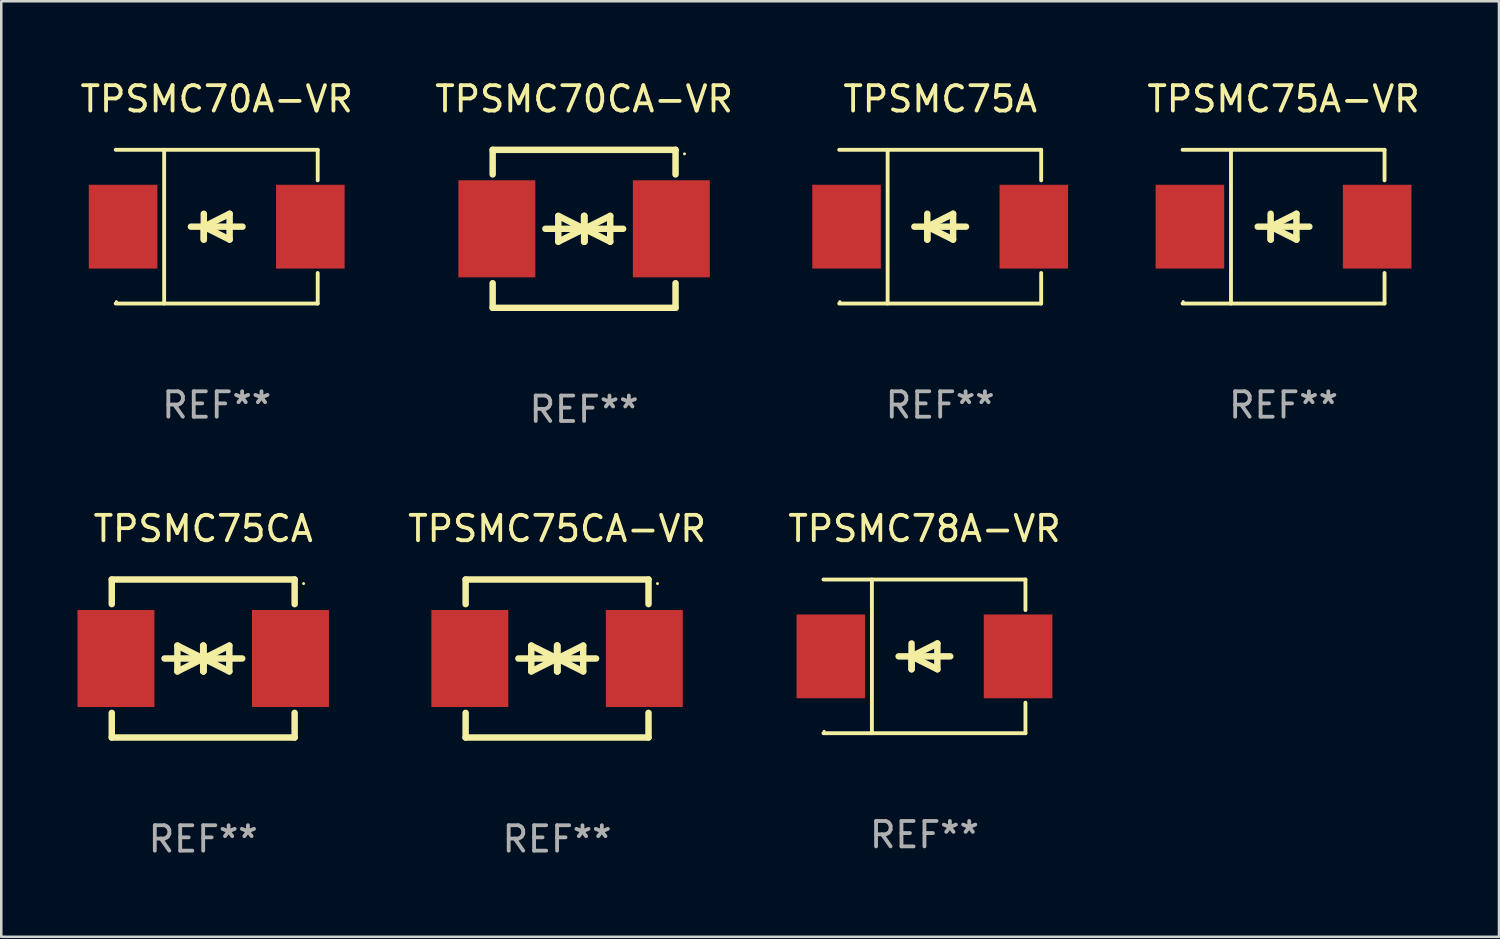
<source format=kicad_pcb>
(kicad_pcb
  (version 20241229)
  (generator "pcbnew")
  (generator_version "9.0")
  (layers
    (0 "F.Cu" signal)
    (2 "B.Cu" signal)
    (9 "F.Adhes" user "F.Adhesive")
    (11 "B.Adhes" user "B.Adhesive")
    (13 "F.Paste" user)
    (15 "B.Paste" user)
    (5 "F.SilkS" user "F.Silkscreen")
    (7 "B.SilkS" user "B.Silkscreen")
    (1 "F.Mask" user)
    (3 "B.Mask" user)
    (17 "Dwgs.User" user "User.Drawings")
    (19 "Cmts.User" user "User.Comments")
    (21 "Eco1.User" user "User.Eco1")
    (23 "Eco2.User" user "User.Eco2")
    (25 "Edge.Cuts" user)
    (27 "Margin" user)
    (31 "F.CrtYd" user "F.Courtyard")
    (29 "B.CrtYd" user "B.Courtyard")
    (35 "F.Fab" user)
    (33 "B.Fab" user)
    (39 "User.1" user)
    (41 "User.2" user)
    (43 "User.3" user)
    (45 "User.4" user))
  (footprint "TPSMC70A-VR"
    (layer "F.Cu")
    (at 5.482 5.874)
    (property "Reference" "TPSMC70A-VR" (at 0 -5.026 0) (layer "F.SilkS") (effects (font (size 1 1) (thickness 0.15))))
    (attr through_hole)
    (fp_line (start -3.976 -3.026) (end 3.976 -3.026) (stroke (width 0.152) (type solid)) (layer "F.SilkS"))
    (fp_line (start -3.976 3.026) (end 3.976 3.026) (stroke (width 0.152) (type solid)) (layer "F.SilkS"))
    (fp_line (start -2.069 -3.026) (end -2.069 3.026) (stroke (width 0.152) (type solid)) (layer "F.SilkS"))
    (fp_line (start -0.508 0) (end -0.508 0.508) (stroke (width 0.254) (type solid)) (layer "F.SilkS"))
    (fp_line (start -0.508 0) (end 0.508 0.508) (stroke (width 0.254) (type solid)) (layer "F.SilkS"))
    (fp_line (start -0.508 0.508) (end -0.508 -0.508) (stroke (width 0.254) (type solid)) (layer "F.SilkS"))
    (fp_line (start 0.508 -0.508) (end -0.508 0) (stroke (width 0.254) (type solid)) (layer "F.SilkS"))
    (fp_line (start 0.508 0.508) (end 0.508 -0.508) (stroke (width 0.254) (type solid)) (layer "F.SilkS"))
    (fp_line (start 1.016 0) (end -1.016 0) (stroke (width 0.254) (type solid)) (layer "F.SilkS"))
    (fp_line (start 3.976 -3.026) (end 3.976 -1.823) (stroke (width 0.152) (type solid)) (layer "F.SilkS"))
    (fp_line (start 3.976 3.026) (end 3.976 1.823) (stroke (width 0.152) (type solid)) (layer "F.SilkS"))
    (fp_circle (center -3.95 2.95) (end -3.92 2.95) (stroke (width 0.06) (type solid)) (fill no) (layer "F.SilkS"))
    (fp_text user "REF**" (at 0 7.026 0) (layer "F.Fab") (effects (font (size 1 1) (thickness 0.15))))
    (pad "1" smd rect (at -3.686 0) (size 2.7 3.3) (layers "F.Cu" "F.Mask" "F.Paste"))
    (pad "2" smd rect (at 3.686 0) (size 2.7 3.3) (layers "F.Cu" "F.Mask" "F.Paste")))
  (footprint "TPSMC75CA"
    (layer "F.Cu")
    (at 4.95 22.875)
    (property "Reference" "TPSMC75CA" (at 0 -5.11 0) (layer "F.SilkS") (effects (font (size 1 1) (thickness 0.15))))
    (attr through_hole)
    (fp_line (start -3.6 -2.141) (end -3.6 -3.11) (stroke (width 0.254) (type solid)) (layer "F.SilkS"))
    (fp_line (start -3.6 3.11) (end -3.6 2.141) (stroke (width 0.254) (type solid)) (layer "F.SilkS"))
    (fp_line (start -1.524 0) (end 0.508 0) (stroke (width 0.254) (type solid)) (layer "F.SilkS"))
    (fp_line (start -1.016 -0.508) (end -1.016 0.508) (stroke (width 0.254) (type solid)) (layer "F.SilkS"))
    (fp_line (start -1.016 0.508) (end 0 0) (stroke (width 0.254) (type solid)) (layer "F.SilkS"))
    (fp_line (start 0 -0.508) (end 0 0.508) (stroke (width 0.254) (type solid)) (layer "F.SilkS"))
    (fp_line (start 0 0) (end -1.016 -0.508) (stroke (width 0.254) (type solid)) (layer "F.SilkS"))
    (fp_line (start 0 0) (end 0 -0.508) (stroke (width 0.254) (type solid)) (layer "F.SilkS"))
    (fp_line (start 0.012 0) (end 0.012 0.508) (stroke (width 0.254) (type solid)) (layer "F.SilkS"))
    (fp_line (start 0.012 0) (end 1.028 0.508) (stroke (width 0.254) (type solid)) (layer "F.SilkS"))
    (fp_line (start 0.012 0.508) (end 0.012 -0.508) (stroke (width 0.254) (type solid)) (layer "F.SilkS"))
    (fp_line (start 1.028 -0.508) (end 0.012 0) (stroke (width 0.254) (type solid)) (layer "F.SilkS"))
    (fp_line (start 1.028 0.508) (end 1.028 -0.508) (stroke (width 0.254) (type solid)) (layer "F.SilkS"))
    (fp_line (start 1.536 0) (end -0.496 0) (stroke (width 0.254) (type solid)) (layer "F.SilkS"))
    (fp_line (start 3.6 -3.11) (end -3.6 -3.11) (stroke (width 0.254) (type solid)) (layer "F.SilkS"))
    (fp_line (start 3.6 -2.141) (end 3.6 -3.11) (stroke (width 0.254) (type solid)) (layer "F.SilkS"))
    (fp_line (start 3.6 3.11) (end -3.6 3.11) (stroke (width 0.254) (type solid)) (layer "F.SilkS"))
    (fp_line (start 3.6 3.11) (end 3.6 2.141) (stroke (width 0.254) (type solid)) (layer "F.SilkS"))
    (fp_circle (center 3.952 -2.95) (end 3.982 -2.95) (stroke (width 0.06) (type solid)) (fill no) (layer "F.SilkS"))
    (fp_text user "REF**" (at 0 7.11 0) (layer "F.Fab") (effects (font (size 1 1) (thickness 0.15))))
    (pad "1" smd rect (at 3.435 0) (size 3.03 3.82) (layers "F.Cu" "F.Mask" "F.Paste"))
    (pad "2" smd rect (at -3.435 0) (size 3.03 3.82) (layers "F.Cu" "F.Mask" "F.Paste")))
  (footprint "TPSMC78A-VR"
    (layer "F.Cu")
    (at 33.346 22.791)
    (property "Reference" "TPSMC78A-VR" (at 0 -5.026 0) (layer "F.SilkS") (effects (font (size 1 1) (thickness 0.15))))
    (attr through_hole)
    (fp_line (start -3.976 -3.026) (end 3.976 -3.026) (stroke (width 0.152) (type solid)) (layer "F.SilkS"))
    (fp_line (start -3.976 3.026) (end 3.976 3.026) (stroke (width 0.152) (type solid)) (layer "F.SilkS"))
    (fp_line (start -2.069 -3.026) (end -2.069 3.026) (stroke (width 0.152) (type solid)) (layer "F.SilkS"))
    (fp_line (start -0.508 0) (end -0.508 0.508) (stroke (width 0.254) (type solid)) (layer "F.SilkS"))
    (fp_line (start -0.508 0) (end 0.508 0.508) (stroke (width 0.254) (type solid)) (layer "F.SilkS"))
    (fp_line (start -0.508 0.508) (end -0.508 -0.508) (stroke (width 0.254) (type solid)) (layer "F.SilkS"))
    (fp_line (start 0.508 -0.508) (end -0.508 0) (stroke (width 0.254) (type solid)) (layer "F.SilkS"))
    (fp_line (start 0.508 0.508) (end 0.508 -0.508) (stroke (width 0.254) (type solid)) (layer "F.SilkS"))
    (fp_line (start 1.016 0) (end -1.016 0) (stroke (width 0.254) (type solid)) (layer "F.SilkS"))
    (fp_line (start 3.976 -3.026) (end 3.976 -1.823) (stroke (width 0.152) (type solid)) (layer "F.SilkS"))
    (fp_line (start 3.976 3.026) (end 3.976 1.823) (stroke (width 0.152) (type solid)) (layer "F.SilkS"))
    (fp_circle (center -3.95 2.95) (end -3.92 2.95) (stroke (width 0.06) (type solid)) (fill no) (layer "F.SilkS"))
    (fp_text user "REF**" (at 0 7.026 0) (layer "F.Fab") (effects (font (size 1 1) (thickness 0.15))))
    (pad "1" smd rect (at -3.686 0) (size 2.7 3.3) (layers "F.Cu" "F.Mask" "F.Paste"))
    (pad "2" smd rect (at 3.686 0) (size 2.7 3.3) (layers "F.Cu" "F.Mask" "F.Paste")))
  (footprint "TPSMC75A-VR"
    (layer "F.Cu")
    (at 47.483 5.874)
    (property "Reference" "TPSMC75A-VR" (at 0 -5.026 0) (layer "F.SilkS") (effects (font (size 1 1) (thickness 0.15))))
    (attr through_hole)
    (fp_line (start -3.976 -3.026) (end 3.976 -3.026) (stroke (width 0.152) (type solid)) (layer "F.SilkS"))
    (fp_line (start -3.976 3.026) (end 3.976 3.026) (stroke (width 0.152) (type solid)) (layer "F.SilkS"))
    (fp_line (start -2.069 -3.026) (end -2.069 3.026) (stroke (width 0.152) (type solid)) (layer "F.SilkS"))
    (fp_line (start -0.508 0) (end -0.508 0.508) (stroke (width 0.254) (type solid)) (layer "F.SilkS"))
    (fp_line (start -0.508 0) (end 0.508 0.508) (stroke (width 0.254) (type solid)) (layer "F.SilkS"))
    (fp_line (start -0.508 0.508) (end -0.508 -0.508) (stroke (width 0.254) (type solid)) (layer "F.SilkS"))
    (fp_line (start 0.508 -0.508) (end -0.508 0) (stroke (width 0.254) (type solid)) (layer "F.SilkS"))
    (fp_line (start 0.508 0.508) (end 0.508 -0.508) (stroke (width 0.254) (type solid)) (layer "F.SilkS"))
    (fp_line (start 1.016 0) (end -1.016 0) (stroke (width 0.254) (type solid)) (layer "F.SilkS"))
    (fp_line (start 3.976 -3.026) (end 3.976 -1.823) (stroke (width 0.152) (type solid)) (layer "F.SilkS"))
    (fp_line (start 3.976 3.026) (end 3.976 1.823) (stroke (width 0.152) (type solid)) (layer "F.SilkS"))
    (fp_circle (center -3.95 2.95) (end -3.92 2.95) (stroke (width 0.06) (type solid)) (fill no) (layer "F.SilkS"))
    (fp_text user "REF**" (at 0 7.026 0) (layer "F.Fab") (effects (font (size 1 1) (thickness 0.15))))
    (pad "1" smd rect (at -3.686 0) (size 2.7 3.3) (layers "F.Cu" "F.Mask" "F.Paste"))
    (pad "2" smd rect (at 3.686 0) (size 2.7 3.3) (layers "F.Cu" "F.Mask" "F.Paste")))
  (footprint "TPSMC75A"
    (layer "F.Cu")
    (at 33.965 5.874)
    (property "Reference" "TPSMC75A" (at 0 -5.026 0) (layer "F.SilkS") (effects (font (size 1 1) (thickness 0.15))))
    (attr through_hole)
    (fp_line (start -3.976 -3.026) (end 3.976 -3.026) (stroke (width 0.152) (type solid)) (layer "F.SilkS"))
    (fp_line (start -3.976 3.026) (end 3.976 3.026) (stroke (width 0.152) (type solid)) (layer "F.SilkS"))
    (fp_line (start -2.069 -3.026) (end -2.069 3.026) (stroke (width 0.152) (type solid)) (layer "F.SilkS"))
    (fp_line (start -0.508 0) (end -0.508 0.508) (stroke (width 0.254) (type solid)) (layer "F.SilkS"))
    (fp_line (start -0.508 0) (end 0.508 0.508) (stroke (width 0.254) (type solid)) (layer "F.SilkS"))
    (fp_line (start -0.508 0.508) (end -0.508 -0.508) (stroke (width 0.254) (type solid)) (layer "F.SilkS"))
    (fp_line (start 0.508 -0.508) (end -0.508 0) (stroke (width 0.254) (type solid)) (layer "F.SilkS"))
    (fp_line (start 0.508 0.508) (end 0.508 -0.508) (stroke (width 0.254) (type solid)) (layer "F.SilkS"))
    (fp_line (start 1.016 0) (end -1.016 0) (stroke (width 0.254) (type solid)) (layer "F.SilkS"))
    (fp_line (start 3.976 -3.026) (end 3.976 -1.823) (stroke (width 0.152) (type solid)) (layer "F.SilkS"))
    (fp_line (start 3.976 3.026) (end 3.976 1.823) (stroke (width 0.152) (type solid)) (layer "F.SilkS"))
    (fp_circle (center -3.95 2.95) (end -3.92 2.95) (stroke (width 0.06) (type solid)) (fill no) (layer "F.SilkS"))
    (fp_text user "REF**" (at 0 7.026 0) (layer "F.Fab") (effects (font (size 1 1) (thickness 0.15))))
    (pad "1" smd rect (at -3.686 0) (size 2.7 3.3) (layers "F.Cu" "F.Mask" "F.Paste"))
    (pad "2" smd rect (at 3.686 0) (size 2.7 3.3) (layers "F.Cu" "F.Mask" "F.Paste")))
  (footprint "TPSMC75CA-VR"
    (layer "F.Cu")
    (at 18.882 22.875)
    (property "Reference" "TPSMC75CA-VR" (at 0 -5.11 0) (layer "F.SilkS") (effects (font (size 1 1) (thickness 0.15))))
    (attr through_hole)
    (fp_line (start -3.6 -2.141) (end -3.6 -3.11) (stroke (width 0.254) (type solid)) (layer "F.SilkS"))
    (fp_line (start -3.6 3.11) (end -3.6 2.141) (stroke (width 0.254) (type solid)) (layer "F.SilkS"))
    (fp_line (start -1.524 0) (end 0.508 0) (stroke (width 0.254) (type solid)) (layer "F.SilkS"))
    (fp_line (start -1.016 -0.508) (end -1.016 0.508) (stroke (width 0.254) (type solid)) (layer "F.SilkS"))
    (fp_line (start -1.016 0.508) (end 0 0) (stroke (width 0.254) (type solid)) (layer "F.SilkS"))
    (fp_line (start 0 -0.508) (end 0 0.508) (stroke (width 0.254) (type solid)) (layer "F.SilkS"))
    (fp_line (start 0 0) (end -1.016 -0.508) (stroke (width 0.254) (type solid)) (layer "F.SilkS"))
    (fp_line (start 0 0) (end 0 -0.508) (stroke (width 0.254) (type solid)) (layer "F.SilkS"))
    (fp_line (start 0.012 0) (end 0.012 0.508) (stroke (width 0.254) (type solid)) (layer "F.SilkS"))
    (fp_line (start 0.012 0) (end 1.028 0.508) (stroke (width 0.254) (type solid)) (layer "F.SilkS"))
    (fp_line (start 0.012 0.508) (end 0.012 -0.508) (stroke (width 0.254) (type solid)) (layer "F.SilkS"))
    (fp_line (start 1.028 -0.508) (end 0.012 0) (stroke (width 0.254) (type solid)) (layer "F.SilkS"))
    (fp_line (start 1.028 0.508) (end 1.028 -0.508) (stroke (width 0.254) (type solid)) (layer "F.SilkS"))
    (fp_line (start 1.536 0) (end -0.496 0) (stroke (width 0.254) (type solid)) (layer "F.SilkS"))
    (fp_line (start 3.6 -3.11) (end -3.6 -3.11) (stroke (width 0.254) (type solid)) (layer "F.SilkS"))
    (fp_line (start 3.6 -2.141) (end 3.6 -3.11) (stroke (width 0.254) (type solid)) (layer "F.SilkS"))
    (fp_line (start 3.6 3.11) (end -3.6 3.11) (stroke (width 0.254) (type solid)) (layer "F.SilkS"))
    (fp_line (start 3.6 3.11) (end 3.6 2.141) (stroke (width 0.254) (type solid)) (layer "F.SilkS"))
    (fp_circle (center 3.952 -2.95) (end 3.982 -2.95) (stroke (width 0.06) (type solid)) (fill no) (layer "F.SilkS"))
    (fp_text user "REF**" (at 0 7.11 0) (layer "F.Fab") (effects (font (size 1 1) (thickness 0.15))))
    (pad "1" smd rect (at 3.435 0) (size 3.03 3.82) (layers "F.Cu" "F.Mask" "F.Paste"))
    (pad "2" smd rect (at -3.435 0) (size 3.03 3.82) (layers "F.Cu" "F.Mask" "F.Paste")))
  (footprint "TPSMC70CA-VR"
    (layer "F.Cu")
    (at 19.946 5.958)
    (property "Reference" "TPSMC70CA-VR" (at 0 -5.11 0) (layer "F.SilkS") (effects (font (size 1 1) (thickness 0.15))))
    (attr through_hole)
    (fp_line (start -3.6 -2.141) (end -3.6 -3.11) (stroke (width 0.254) (type solid)) (layer "F.SilkS"))
    (fp_line (start -3.6 3.11) (end -3.6 2.141) (stroke (width 0.254) (type solid)) (layer "F.SilkS"))
    (fp_line (start -1.524 0) (end 0.508 0) (stroke (width 0.254) (type solid)) (layer "F.SilkS"))
    (fp_line (start -1.016 -0.508) (end -1.016 0.508) (stroke (width 0.254) (type solid)) (layer "F.SilkS"))
    (fp_line (start -1.016 0.508) (end 0 0) (stroke (width 0.254) (type solid)) (layer "F.SilkS"))
    (fp_line (start 0 -0.508) (end 0 0.508) (stroke (width 0.254) (type solid)) (layer "F.SilkS"))
    (fp_line (start 0 0) (end -1.016 -0.508) (stroke (width 0.254) (type solid)) (layer "F.SilkS"))
    (fp_line (start 0 0) (end 0 -0.508) (stroke (width 0.254) (type solid)) (layer "F.SilkS"))
    (fp_line (start 0.012 0) (end 0.012 0.508) (stroke (width 0.254) (type solid)) (layer "F.SilkS"))
    (fp_line (start 0.012 0) (end 1.028 0.508) (stroke (width 0.254) (type solid)) (layer "F.SilkS"))
    (fp_line (start 0.012 0.508) (end 0.012 -0.508) (stroke (width 0.254) (type solid)) (layer "F.SilkS"))
    (fp_line (start 1.028 -0.508) (end 0.012 0) (stroke (width 0.254) (type solid)) (layer "F.SilkS"))
    (fp_line (start 1.028 0.508) (end 1.028 -0.508) (stroke (width 0.254) (type solid)) (layer "F.SilkS"))
    (fp_line (start 1.536 0) (end -0.496 0) (stroke (width 0.254) (type solid)) (layer "F.SilkS"))
    (fp_line (start 3.6 -3.11) (end -3.6 -3.11) (stroke (width 0.254) (type solid)) (layer "F.SilkS"))
    (fp_line (start 3.6 -2.141) (end 3.6 -3.11) (stroke (width 0.254) (type solid)) (layer "F.SilkS"))
    (fp_line (start 3.6 3.11) (end -3.6 3.11) (stroke (width 0.254) (type solid)) (layer "F.SilkS"))
    (fp_line (start 3.6 3.11) (end 3.6 2.141) (stroke (width 0.254) (type solid)) (layer "F.SilkS"))
    (fp_circle (center 3.952 -2.95) (end 3.982 -2.95) (stroke (width 0.06) (type solid)) (fill no) (layer "F.SilkS"))
    (fp_text user "REF**" (at 0 7.11 0) (layer "F.Fab") (effects (font (size 1 1) (thickness 0.15))))
    (pad "1" smd rect (at 3.435 0) (size 3.03 3.82) (layers "F.Cu" "F.Mask" "F.Paste"))
    (pad "2" smd rect (at -3.435 0) (size 3.03 3.82) (layers "F.Cu" "F.Mask" "F.Paste")))
  (gr_rect
    (start -3 -3)
    (end 55.965 33.833)
    (stroke (width 0.1) (type default))
    (fill no)
    (layer "Edge.Cuts")))
</source>
